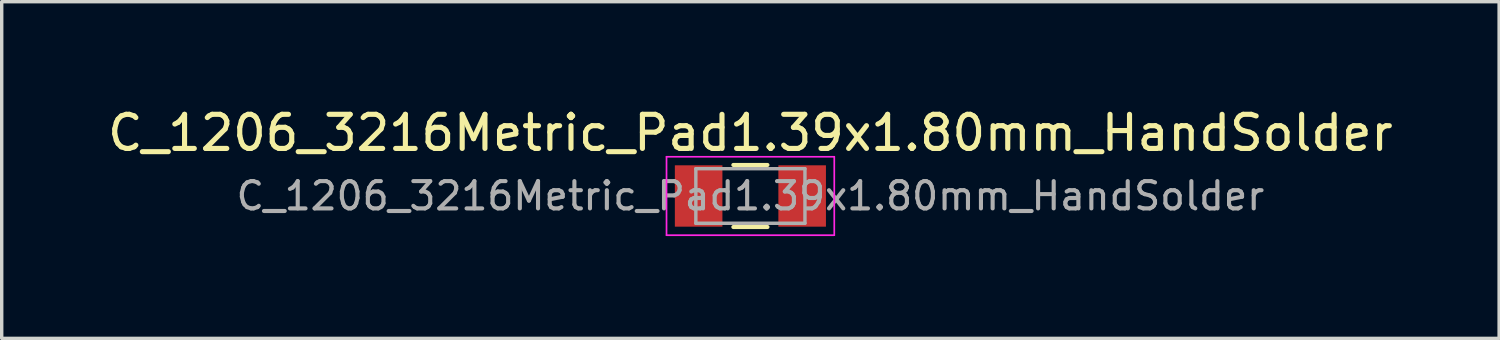
<source format=kicad_pcb>
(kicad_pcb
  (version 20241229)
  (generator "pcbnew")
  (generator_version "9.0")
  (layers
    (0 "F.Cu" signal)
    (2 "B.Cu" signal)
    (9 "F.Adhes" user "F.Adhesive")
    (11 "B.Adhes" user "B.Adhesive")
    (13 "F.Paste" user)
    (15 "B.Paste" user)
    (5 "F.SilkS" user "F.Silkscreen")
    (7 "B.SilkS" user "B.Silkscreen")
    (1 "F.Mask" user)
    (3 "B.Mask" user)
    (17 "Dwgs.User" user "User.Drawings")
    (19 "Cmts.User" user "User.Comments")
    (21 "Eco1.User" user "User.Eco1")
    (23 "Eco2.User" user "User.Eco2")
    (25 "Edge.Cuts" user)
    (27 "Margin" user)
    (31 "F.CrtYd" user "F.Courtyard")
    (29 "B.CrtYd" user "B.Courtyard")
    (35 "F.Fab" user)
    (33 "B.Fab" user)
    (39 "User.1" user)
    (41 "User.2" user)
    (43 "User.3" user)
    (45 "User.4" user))
  (footprint "C_1206_3216Metric_Pad1.39x1.80mm_HandSolder"
    (layer "F.Cu")
    (at 18.958 2.698)
    (property "Reference" "C_1206_3216Metric_Pad1.39x1.80mm_HandSolder" (at 0 -1.85 0) (layer "F.SilkS") (effects (font (size 1 1) (thickness 0.15))))
    (attr smd)
    (fp_line (start -0.5 -0.91) (end 0.5 -0.91) (stroke (width 0.12) (type solid)) (layer "F.SilkS"))
    (fp_line (start -0.5 0.91) (end 0.5 0.91) (stroke (width 0.12) (type solid)) (layer "F.SilkS"))
    (fp_line (start -2.46 -1.15) (end 2.46 -1.15) (stroke (width 0.05) (type solid)) (layer "F.CrtYd"))
    (fp_line (start -2.46 1.15) (end -2.46 -1.15) (stroke (width 0.05) (type solid)) (layer "F.CrtYd"))
    (fp_line (start 2.46 -1.15) (end 2.46 1.15) (stroke (width 0.05) (type solid)) (layer "F.CrtYd"))
    (fp_line (start 2.46 1.15) (end -2.46 1.15) (stroke (width 0.05) (type solid)) (layer "F.CrtYd"))
    (fp_line (start -1.6 -0.8) (end 1.6 -0.8) (stroke (width 0.1) (type solid)) (layer "F.Fab"))
    (fp_line (start -1.6 0.8) (end -1.6 -0.8) (stroke (width 0.1) (type solid)) (layer "F.Fab"))
    (fp_line (start 1.6 -0.8) (end 1.6 0.8) (stroke (width 0.1) (type solid)) (layer "F.Fab"))
    (fp_line (start 1.6 0.8) (end -1.6 0.8) (stroke (width 0.1) (type solid)) (layer "F.Fab"))
    (fp_text user "${REFERENCE}" (at 0 0 0) (layer "F.Fab") (effects (font (size 0.8 0.8) (thickness 0.12))))
    (pad "1" smd rect (at -1.518 0) (size 1.395 1.8) (layers "F.Cu" "F.Mask" "F.Paste"))
    (pad "2" smd rect (at 1.518 0) (size 1.395 1.8) (layers "F.Cu" "F.Mask" "F.Paste")))
  (gr_rect
    (start -3 -3)
    (end 40.917 6.873)
    (stroke (width 0.1) (type default))
    (fill no)
    (layer "Edge.Cuts")))
</source>
